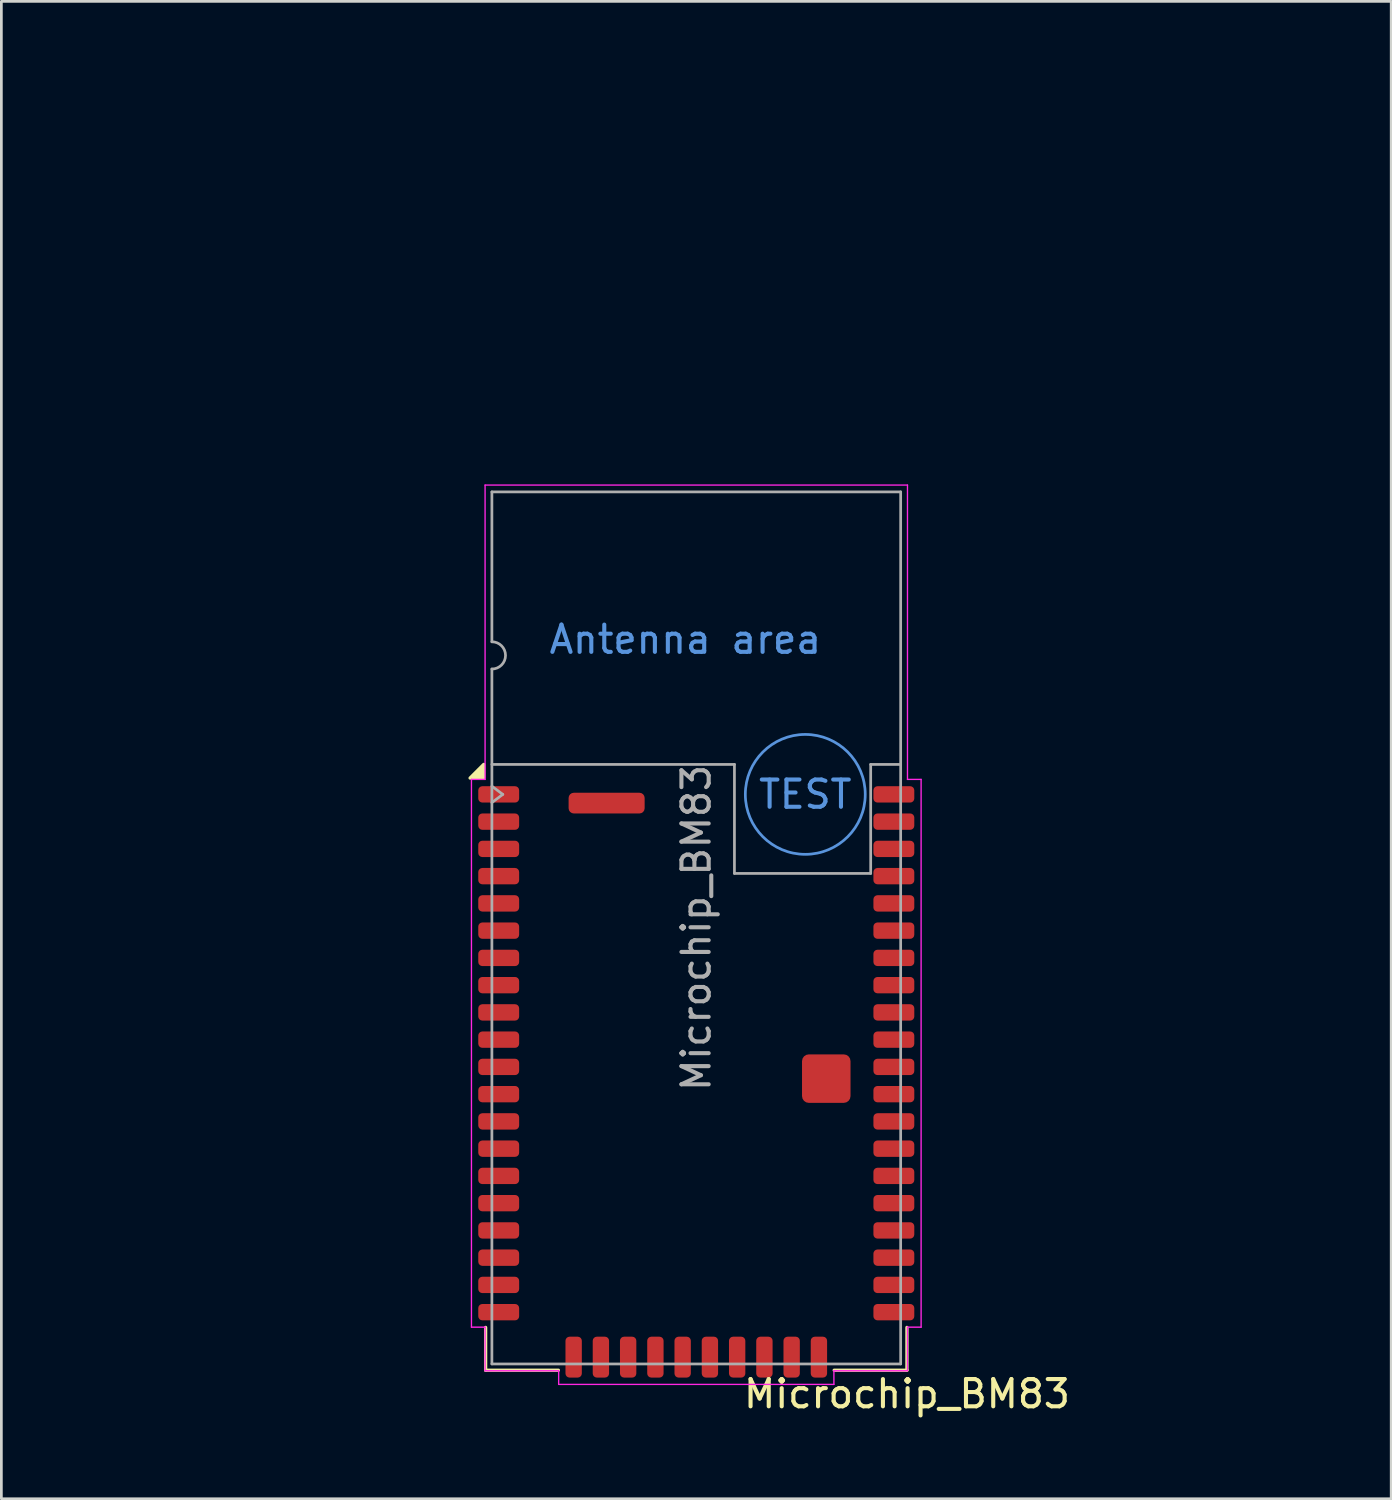
<source format=kicad_pcb>
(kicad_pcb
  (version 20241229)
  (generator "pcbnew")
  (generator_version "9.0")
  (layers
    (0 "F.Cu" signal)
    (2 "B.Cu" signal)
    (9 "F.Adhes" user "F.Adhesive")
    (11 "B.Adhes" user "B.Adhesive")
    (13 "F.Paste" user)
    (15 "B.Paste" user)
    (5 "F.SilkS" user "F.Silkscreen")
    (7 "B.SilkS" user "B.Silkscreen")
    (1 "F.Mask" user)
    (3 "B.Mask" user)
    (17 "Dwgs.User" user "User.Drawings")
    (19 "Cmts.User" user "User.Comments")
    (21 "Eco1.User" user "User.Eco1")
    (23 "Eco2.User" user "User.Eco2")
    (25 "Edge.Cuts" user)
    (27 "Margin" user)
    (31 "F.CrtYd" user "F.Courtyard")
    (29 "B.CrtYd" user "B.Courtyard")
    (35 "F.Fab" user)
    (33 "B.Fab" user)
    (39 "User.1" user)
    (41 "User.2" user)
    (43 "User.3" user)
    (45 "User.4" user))
  (footprint "Microchip_BM83"
    (layer "F.Cu")
    (at 22.5 31)
    (property "Reference" "Microchip_BM83" (at 7.73 17.1 0) (layer "F.SilkS") (effects (font (size 1 1) (thickness 0.15))))
    (attr smd)
    (fp_line (start -7.73 14.66) (end -7.73 16.23) (stroke (width 0.12) (type default)) (layer "F.SilkS"))
    (fp_line (start -7.73 16.23) (end -5.06 16.23) (stroke (width 0.12) (type default)) (layer "F.SilkS"))
    (fp_line (start 5.06 16.23) (end 7.73 16.23) (stroke (width 0.12) (type default)) (layer "F.SilkS"))
    (fp_line (start 7.73 16.23) (end 7.73 14.66) (stroke (width 0.12) (type default)) (layer "F.SilkS"))
    (fp_poly (pts (xy -7.8 -5.5) (xy -8.3 -5.5) (xy -7.8 -6) (xy -7.8 -5.5)) (stroke (width 0.12) (type solid)) (fill yes) (layer "F.SilkS"))
    (fp_circle (center 4 -4.9) (end 6.2 -4.9) (stroke (width 0.1) (type default)) (fill no) (layer "Cmts.User"))
    (fp_line (start -8.25 -5.45) (end -7.75 -5.45) (stroke (width 0.05) (type default)) (layer "F.CrtYd"))
    (fp_line (start -8.25 14.65) (end -8.25 -5.45) (stroke (width 0.05) (type default)) (layer "F.CrtYd"))
    (fp_line (start -7.75 -16.25) (end 7.75 -16.25) (stroke (width 0.05) (type default)) (layer "F.CrtYd"))
    (fp_line (start -7.75 -5.45) (end -7.75 -16.25) (stroke (width 0.05) (type default)) (layer "F.CrtYd"))
    (fp_line (start -7.75 14.65) (end -8.25 14.65) (stroke (width 0.05) (type default)) (layer "F.CrtYd"))
    (fp_line (start -7.75 16.25) (end -7.75 14.65) (stroke (width 0.05) (type default)) (layer "F.CrtYd"))
    (fp_line (start -5.05 16.25) (end -7.75 16.25) (stroke (width 0.05) (type default)) (layer "F.CrtYd"))
    (fp_line (start -5.05 16.75) (end -5.05 16.25) (stroke (width 0.05) (type default)) (layer "F.CrtYd"))
    (fp_line (start 5.05 16.25) (end 5.05 16.75) (stroke (width 0.05) (type default)) (layer "F.CrtYd"))
    (fp_line (start 5.05 16.75) (end -5.05 16.75) (stroke (width 0.05) (type default)) (layer "F.CrtYd"))
    (fp_line (start 7.75 -16.25) (end 7.75 -5.45) (stroke (width 0.05) (type default)) (layer "F.CrtYd"))
    (fp_line (start 7.75 -5.45) (end 8.25 -5.45) (stroke (width 0.05) (type default)) (layer "F.CrtYd"))
    (fp_line (start 7.75 14.65) (end 7.75 16.25) (stroke (width 0.05) (type default)) (layer "F.CrtYd"))
    (fp_line (start 7.75 16.25) (end 5.05 16.25) (stroke (width 0.05) (type default)) (layer "F.CrtYd"))
    (fp_line (start 8.25 -5.45) (end 8.25 14.65) (stroke (width 0.05) (type default)) (layer "F.CrtYd"))
    (fp_line (start 8.25 14.65) (end 7.75 14.65) (stroke (width 0.05) (type default)) (layer "F.CrtYd"))
    (fp_line (start -7.5 -16) (end -7.5 -10.5) (stroke (width 0.1) (type default)) (layer "F.Fab"))
    (fp_line (start -7.5 -6) (end 1.4 -6) (stroke (width 0.1) (type default)) (layer "F.Fab"))
    (fp_line (start -7.5 -5.2) (end -7.1 -4.9) (stroke (width 0.1) (type default)) (layer "F.Fab"))
    (fp_line (start -7.5 16) (end -7.5 -9.5) (stroke (width 0.1) (type default)) (layer "F.Fab"))
    (fp_line (start -7.5 16) (end 7.5 16) (stroke (width 0.1) (type default)) (layer "F.Fab"))
    (fp_line (start -7.1 -4.9) (end -7.5 -4.6) (stroke (width 0.1) (type default)) (layer "F.Fab"))
    (fp_line (start 1.4 -6) (end 1.4 -2) (stroke (width 0.1) (type default)) (layer "F.Fab"))
    (fp_line (start 1.4 -2) (end 6.4 -2) (stroke (width 0.1) (type default)) (layer "F.Fab"))
    (fp_line (start 6.4 -6) (end 7.5 -6) (stroke (width 0.1) (type default)) (layer "F.Fab"))
    (fp_line (start 6.4 -2) (end 6.4 -6) (stroke (width 0.1) (type default)) (layer "F.Fab"))
    (fp_line (start 7.5 -16) (end -7.5 -16) (stroke (width 0.1) (type default)) (layer "F.Fab"))
    (fp_line (start 7.5 16) (end 7.5 -16) (stroke (width 0.1) (type default)) (layer "F.Fab"))
    (fp_arc (start -7.5 -10.5) (mid -7 -10) (end -7.5 -9.5) (stroke (width 0.1) (type default)) (layer "F.Fab"))
    (fp_text user "TEST" (at 4 -4.9 0) (unlocked yes) (layer "Cmts.User") (effects (font (size 1 1) (thickness 0.15))))
    (fp_text user "Antenna area" (at -0.4 -10 0) (unlocked yes) (layer "Cmts.User") (effects (font (size 1 1) (thickness 0.15)) (justify bottom)))
    (fp_text user "${REFERENCE}" (at 0 0 90) (layer "F.Fab") (effects (font (size 1 1) (thickness 0.15))))
    (pad "1" smd roundrect (at -7.25 -4.9) (size 1.5 0.6) (layers "F.Cu" "F.Mask" "F.Paste") (roundrect_rratio 0.25))
    (pad "2" smd roundrect (at -7.25 -3.9) (size 1.5 0.6) (layers "F.Cu" "F.Mask" "F.Paste") (roundrect_rratio 0.25))
    (pad "3" smd roundrect (at -7.25 -2.9) (size 1.5 0.6) (layers "F.Cu" "F.Mask" "F.Paste") (roundrect_rratio 0.25))
    (pad "4" smd roundrect (at -7.25 -1.9) (size 1.5 0.6) (layers "F.Cu" "F.Mask" "F.Paste") (roundrect_rratio 0.25))
    (pad "5" smd roundrect (at -7.25 -0.9) (size 1.5 0.6) (layers "F.Cu" "F.Mask" "F.Paste") (roundrect_rratio 0.25))
    (pad "6" smd roundrect (at -7.25 0.1) (size 1.5 0.6) (layers "F.Cu" "F.Mask" "F.Paste") (roundrect_rratio 0.25))
    (pad "7" smd roundrect (at -7.25 1.1) (size 1.5 0.6) (layers "F.Cu" "F.Mask" "F.Paste") (roundrect_rratio 0.25))
    (pad "8" smd roundrect (at -7.25 2.1) (size 1.5 0.6) (layers "F.Cu" "F.Mask" "F.Paste") (roundrect_rratio 0.25))
    (pad "9" smd roundrect (at -7.25 3.1) (size 1.5 0.6) (layers "F.Cu" "F.Mask" "F.Paste") (roundrect_rratio 0.25))
    (pad "10" smd roundrect (at -7.25 4.1) (size 1.5 0.6) (layers "F.Cu" "F.Mask" "F.Paste") (roundrect_rratio 0.25))
    (pad "11" smd roundrect (at -7.25 5.1) (size 1.5 0.6) (layers "F.Cu" "F.Mask" "F.Paste") (roundrect_rratio 0.25))
    (pad "12" smd roundrect (at -7.25 6.1) (size 1.5 0.6) (layers "F.Cu" "F.Mask" "F.Paste") (roundrect_rratio 0.25))
    (pad "13" smd roundrect (at -7.25 7.1) (size 1.5 0.6) (layers "F.Cu" "F.Mask" "F.Paste") (roundrect_rratio 0.25))
    (pad "14" smd roundrect (at -7.25 8.1) (size 1.5 0.6) (layers "F.Cu" "F.Mask" "F.Paste") (roundrect_rratio 0.25))
    (pad "15" smd roundrect (at -7.25 9.1) (size 1.5 0.6) (layers "F.Cu" "F.Mask" "F.Paste") (roundrect_rratio 0.25))
    (pad "16" smd roundrect (at -7.25 10.1) (size 1.5 0.6) (layers "F.Cu" "F.Mask" "F.Paste") (roundrect_rratio 0.25))
    (pad "17" smd roundrect (at -7.25 11.1) (size 1.5 0.6) (layers "F.Cu" "F.Mask" "F.Paste") (roundrect_rratio 0.25))
    (pad "18" smd roundrect (at -7.25 12.1) (size 1.5 0.6) (layers "F.Cu" "F.Mask" "F.Paste") (roundrect_rratio 0.25))
    (pad "19" smd roundrect (at -7.25 13.1) (size 1.5 0.6) (layers "F.Cu" "F.Mask" "F.Paste") (roundrect_rratio 0.25))
    (pad "20" smd roundrect (at -7.25 14.1) (size 1.5 0.6) (layers "F.Cu" "F.Mask" "F.Paste") (roundrect_rratio 0.25))
    (pad "21" smd roundrect (at -4.5 15.75) (size 0.6 1.5) (layers "F.Cu" "F.Mask" "F.Paste") (roundrect_rratio 0.25))
    (pad "22" smd roundrect (at -3.5 15.75) (size 0.6 1.5) (layers "F.Cu" "F.Mask" "F.Paste") (roundrect_rratio 0.25))
    (pad "23" smd roundrect (at -2.5 15.75) (size 0.6 1.5) (layers "F.Cu" "F.Mask" "F.Paste") (roundrect_rratio 0.25))
    (pad "24" smd roundrect (at -1.5 15.75) (size 0.6 1.5) (layers "F.Cu" "F.Mask" "F.Paste") (roundrect_rratio 0.25))
    (pad "25" smd roundrect (at -0.5 15.75) (size 0.6 1.5) (layers "F.Cu" "F.Mask" "F.Paste") (roundrect_rratio 0.25))
    (pad "26" smd roundrect (at 0.5 15.75) (size 0.6 1.5) (layers "F.Cu" "F.Mask" "F.Paste") (roundrect_rratio 0.25))
    (pad "27" smd roundrect (at 1.5 15.75) (size 0.6 1.5) (layers "F.Cu" "F.Mask" "F.Paste") (roundrect_rratio 0.25))
    (pad "28" smd roundrect (at 2.5 15.75) (size 0.6 1.5) (layers "F.Cu" "F.Mask" "F.Paste") (roundrect_rratio 0.25))
    (pad "29" smd roundrect (at 3.5 15.75) (size 0.6 1.5) (layers "F.Cu" "F.Mask" "F.Paste") (roundrect_rratio 0.25))
    (pad "30" smd roundrect (at 4.5 15.75) (size 0.6 1.5) (layers "F.Cu" "F.Mask" "F.Paste") (roundrect_rratio 0.25))
    (pad "31" smd roundrect (at 7.25 14.1) (size 1.5 0.6) (layers "F.Cu" "F.Mask" "F.Paste") (roundrect_rratio 0.25))
    (pad "32" smd roundrect (at 7.25 13.1) (size 1.5 0.6) (layers "F.Cu" "F.Mask" "F.Paste") (roundrect_rratio 0.25))
    (pad "33" smd roundrect (at 7.25 12.1) (size 1.5 0.6) (layers "F.Cu" "F.Mask" "F.Paste") (roundrect_rratio 0.25))
    (pad "34" smd roundrect (at 7.25 11.1) (size 1.5 0.6) (layers "F.Cu" "F.Mask" "F.Paste") (roundrect_rratio 0.25))
    (pad "35" smd roundrect (at 7.25 10.1) (size 1.5 0.6) (layers "F.Cu" "F.Mask" "F.Paste") (roundrect_rratio 0.25))
    (pad "36" smd roundrect (at 7.25 9.1) (size 1.5 0.6) (layers "F.Cu" "F.Mask" "F.Paste") (roundrect_rratio 0.25))
    (pad "37" smd roundrect (at 7.25 8.1) (size 1.5 0.6) (layers "F.Cu" "F.Mask" "F.Paste") (roundrect_rratio 0.25))
    (pad "38" smd roundrect (at 7.25 7.1) (size 1.5 0.6) (layers "F.Cu" "F.Mask" "F.Paste") (roundrect_rratio 0.25))
    (pad "39" smd roundrect (at 7.25 6.1) (size 1.5 0.6) (layers "F.Cu" "F.Mask" "F.Paste") (roundrect_rratio 0.25))
    (pad "40" smd roundrect (at 7.25 5.1) (size 1.5 0.6) (layers "F.Cu" "F.Mask" "F.Paste") (roundrect_rratio 0.25))
    (pad "41" smd roundrect (at 7.25 4.1) (size 1.5 0.6) (layers "F.Cu" "F.Mask" "F.Paste") (roundrect_rratio 0.25))
    (pad "42" smd roundrect (at 7.25 3.1) (size 1.5 0.6) (layers "F.Cu" "F.Mask" "F.Paste") (roundrect_rratio 0.25))
    (pad "43" smd roundrect (at 7.25 2.1) (size 1.5 0.6) (layers "F.Cu" "F.Mask" "F.Paste") (roundrect_rratio 0.25))
    (pad "44" smd roundrect (at 7.25 1.1) (size 1.5 0.6) (layers "F.Cu" "F.Mask" "F.Paste") (roundrect_rratio 0.25))
    (pad "45" smd roundrect (at 7.25 0.1) (size 1.5 0.6) (layers "F.Cu" "F.Mask" "F.Paste") (roundrect_rratio 0.25))
    (pad "46" smd roundrect (at 7.25 -0.9) (size 1.5 0.6) (layers "F.Cu" "F.Mask" "F.Paste") (roundrect_rratio 0.25))
    (pad "47" smd roundrect (at 7.25 -1.9) (size 1.5 0.6) (layers "F.Cu" "F.Mask" "F.Paste") (roundrect_rratio 0.25))
    (pad "48" smd roundrect (at 7.25 -2.9) (size 1.5 0.6) (layers "F.Cu" "F.Mask" "F.Paste") (roundrect_rratio 0.25))
    (pad "49" smd roundrect (at 7.25 -3.9) (size 1.5 0.6) (layers "F.Cu" "F.Mask" "F.Paste") (roundrect_rratio 0.25))
    (pad "50" smd roundrect (at 7.25 -4.9) (size 1.5 0.6) (layers "F.Cu" "F.Mask" "F.Paste") (roundrect_rratio 0.25))
    (pad "56" smd roundrect (at 4.77 5.53) (size 1.78 1.78) (layers "F.Cu" "F.Mask" "F.Paste") (roundrect_rratio 0.14))
    (pad "57" smd roundrect (at -3.29 -4.58) (size 2.79 0.76) (layers "F.Cu" "F.Mask" "F.Paste") (roundrect_rratio 0.25))
    (zone (net_name "") (layer "F.Cu") (hatch edge 0.5) (connect_pads) (min_thickness 0.25) (filled_areas_thickness no) (keepout (tracks not_allowed) (vias not_allowed) (pads allowed) (copperpour allowed) (footprints not_allowed)) (placement (enabled no)) (fill) (polygon (pts (xy 16.2 25) (xy 16.2 45.6) (xy 15 45.6) (xy 15 47) (xy 17.5 47) (xy 17.5 45.8) (xy 27.5 45.8) (xy 27.5 47) (xy 30 47) (xy 30 45.6) (xy 28.8 45.6) (xy 28.8 25))))
    (zone (net_name "") (layers "F.Cu" "B.Cu" "Cmts.User") (hatch edge 2) (connect_pads) (min_thickness 0.25) (filled_areas_thickness no) (keepout (tracks not_allowed) (vias not_allowed) (pads not_allowed) (copperpour not_allowed) (footprints not_allowed)) (placement (enabled no)) (fill) (polygon (pts (xy 0 0) (xy 0 25) (xy 45 25) (xy 45 0)))))
  (gr_rect
    (start -3 -3)
    (end 48 51.948)
    (stroke (width 0.1) (type default))
    (fill no)
    (layer "Edge.Cuts")))
</source>
